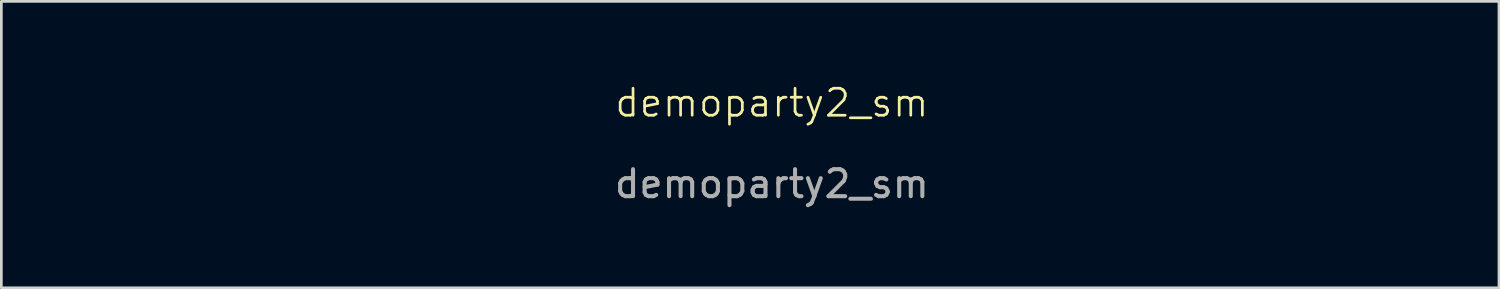
<source format=kicad_pcb>
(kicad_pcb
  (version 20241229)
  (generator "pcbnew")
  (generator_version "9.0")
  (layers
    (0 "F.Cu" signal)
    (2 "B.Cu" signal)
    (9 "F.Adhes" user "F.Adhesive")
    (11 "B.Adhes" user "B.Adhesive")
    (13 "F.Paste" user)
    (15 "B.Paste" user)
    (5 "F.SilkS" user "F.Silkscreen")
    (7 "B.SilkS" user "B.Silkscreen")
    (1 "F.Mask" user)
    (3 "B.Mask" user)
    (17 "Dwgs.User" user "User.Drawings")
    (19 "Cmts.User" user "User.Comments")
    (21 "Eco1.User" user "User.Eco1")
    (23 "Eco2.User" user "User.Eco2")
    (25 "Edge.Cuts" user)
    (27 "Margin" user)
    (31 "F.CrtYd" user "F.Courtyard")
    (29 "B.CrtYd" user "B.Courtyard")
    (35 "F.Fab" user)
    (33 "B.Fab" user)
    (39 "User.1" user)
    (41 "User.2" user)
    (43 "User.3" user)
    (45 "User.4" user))
  (footprint "demoparty2_sm"
    (layer "F.Cu")
    (at 25.536 1.26)
    (property "Reference" "demoparty2_sm" (at 0 -0.5 0) (unlocked yes) (layer "F.SilkS") (effects (font (size 1 1) (thickness 0.1))))
    (attr smd)
    (fp_poly (pts (xy -23.466 0.664) (xy -23.466 1.47) (xy -23.811 1.47) (xy -24.156 1.47) (xy -24.156 0.664) (xy -24.156 -0.141) (xy -23.811 -0.141) (xy -23.466 -0.141)) (stroke (width 0) (type solid)) (fill yes) (layer "F.Mask"))
    (fp_poly (pts (xy -5.061 0.664) (xy -5.061 1.47) (xy -5.406 1.47) (xy -5.751 1.47) (xy -5.751 0.664) (xy -5.751 -0.141) (xy -5.406 -0.141) (xy -5.061 -0.141)) (stroke (width 0) (type solid)) (fill yes) (layer "F.Mask"))
    (fp_poly (pts (xy 0.46 0.089) (xy 0.46 0.32) (xy 0.116 0.32) (xy -0.229 0.32) (xy -0.229 0.089) (xy -0.229 -0.141) (xy 0.116 -0.141) (xy 0.46 -0.141)) (stroke (width 0) (type solid)) (fill yes) (layer "F.Mask"))
    (fp_poly (pts (xy 5.982 0.089) (xy 5.982 0.32) (xy 5.637 0.32) (xy 5.292 0.32) (xy 5.292 0.089) (xy 5.292 -0.141) (xy 5.637 -0.141) (xy 5.982 -0.141)) (stroke (width 0) (type solid)) (fill yes) (layer "F.Mask"))
    (fp_poly (pts (xy 11.504 0.089) (xy 11.504 0.32) (xy 11.158 0.32) (xy 10.813 0.32) (xy 10.813 0.089) (xy 10.813 -0.141) (xy 11.158 -0.141) (xy 11.504 -0.141)) (stroke (width 0) (type solid)) (fill yes) (layer "F.Mask"))
    (fp_poly (pts (xy 23.697 -0.946) (xy 23.697 -0.831) (xy 23.122 -0.831) (xy 22.547 -0.831) (xy 22.547 -0.256) (xy 22.547 0.32) (xy 22.201 0.32) (xy 21.856 0.32) (xy 21.856 -0.256) (xy 21.856 -0.831) (xy 21.971 -0.831) (xy 22.086 -0.831) (xy 22.086 -0.371) (xy 22.086 0.089) (xy 22.201 0.089) (xy 22.316 0.089) (xy 22.316 -0.371) (xy 22.316 -0.831) (xy 22.431 -0.831) (xy 22.547 -0.831) (xy 22.547 -0.946) (xy 22.547 -1.061) (xy 23.122 -1.061) (xy 23.697 -1.061)) (stroke (width 0) (type solid)) (fill yes) (layer "F.Mask"))
    (fp_poly (pts (xy -22.315 -0.946) (xy -22.315 -0.831) (xy -22.2 -0.831) (xy -22.085 -0.831) (xy -22.085 0.664) (xy -22.085 2.16) (xy -22.2 2.16) (xy -22.315 2.16) (xy -22.315 2.39) (xy -22.315 2.62) (xy -22.431 2.62) (xy -22.546 2.62) (xy -22.546 2.735) (xy -22.546 2.85) (xy -23.926 2.85) (xy -25.306 2.85) (xy -25.306 2.62) (xy -25.306 2.39) (xy -25.421 2.39) (xy -25.536 2.39) (xy -25.536 0.664) (xy -25.536 -0.831) (xy -25.306 -0.831) (xy -25.306 0.664) (xy -25.306 2.16) (xy -23.926 2.16) (xy -22.546 2.16) (xy -22.546 2.044) (xy -22.546 1.929) (xy -22.431 1.929) (xy -22.315 1.929) (xy -22.315 0.664) (xy -22.315 -0.601) (xy -22.431 -0.601) (xy -22.546 -0.601) (xy -22.546 -0.716) (xy -22.546 -0.831) (xy -23.926 -0.831) (xy -25.306 -0.831) (xy -25.536 -0.831) (xy -25.536 -1.061) (xy -23.926 -1.061) (xy -22.315 -1.061)) (stroke (width 0) (type solid)) (fill yes) (layer "F.Mask"))
    (fp_poly (pts (xy -3.91 -1.023) (xy -3.91 -0.907) (xy -3.795 -0.907) (xy -3.68 -0.907) (xy -3.68 0.626) (xy -3.68 2.16) (xy -3.795 2.16) (xy -3.91 2.16) (xy -3.91 2.275) (xy -3.91 2.39) (xy -4.025 2.39) (xy -4.141 2.39) (xy -4.141 2.62) (xy -4.141 2.85) (xy -5.406 2.85) (xy -6.671 2.85) (xy -6.671 2.62) (xy -6.671 2.39) (xy -6.786 2.39) (xy -6.902 2.39) (xy -6.902 2.275) (xy -6.902 2.16) (xy -7.017 2.16) (xy -7.132 2.16) (xy -7.132 1.929) (xy -6.902 1.929) (xy -6.786 1.929) (xy -6.671 1.929) (xy -6.671 2.044) (xy -6.671 2.16) (xy -5.406 2.16) (xy -4.141 2.16) (xy -4.141 2.044) (xy -4.141 1.929) (xy -4.025 1.929) (xy -3.91 1.929) (xy -3.91 0.626) (xy -3.91 -0.678) (xy -4.025 -0.678) (xy -4.141 -0.678) (xy -4.141 -0.793) (xy -4.141 -0.907) (xy -5.406 -0.907) (xy -6.671 -0.907) (xy -6.671 -0.793) (xy -6.671 -0.678) (xy -6.786 -0.678) (xy -6.902 -0.678) (xy -6.902 0.626) (xy -6.902 1.929) (xy -7.132 1.929) (xy -7.132 0.626) (xy -7.132 -0.907) (xy -7.017 -0.907) (xy -6.902 -0.907) (xy -6.902 -1.023) (xy -6.902 -1.138) (xy -5.406 -1.138) (xy -3.91 -1.138)) (stroke (width 0) (type solid)) (fill yes) (layer "F.Mask"))
    (fp_poly (pts (xy -9.662 -0.946) (xy -9.662 -0.831) (xy -11.963 -0.831) (xy -14.264 -0.831) (xy -14.264 0.664) (xy -14.264 2.16) (xy -13.688 2.16) (xy -13.113 2.16) (xy -13.113 1.009) (xy -13.113 -0.141) (xy -12.768 -0.141) (xy -12.423 -0.141) (xy -12.423 1.009) (xy -12.423 2.16) (xy -11.848 2.16) (xy -11.272 2.16) (xy -11.272 1.009) (xy -11.272 -0.141) (xy -10.928 -0.141) (xy -10.583 -0.141) (xy -10.583 1.009) (xy -10.583 2.16) (xy -10.007 2.16) (xy -9.432 2.16) (xy -9.432 0.779) (xy -9.432 -0.601) (xy -9.547 -0.601) (xy -9.662 -0.601) (xy -9.662 -0.716) (xy -9.662 -0.831) (xy -9.432 -0.831) (xy -9.202 -0.831) (xy -9.202 0.78) (xy -9.202 2.39) (xy -9.317 2.39) (xy -9.432 2.39) (xy -9.432 2.62) (xy -9.432 2.85) (xy -10.928 2.85) (xy -12.423 2.85) (xy -12.423 2.62) (xy -12.423 2.39) (xy -12.768 2.39) (xy -13.113 2.39) (xy -13.113 2.62) (xy -13.113 2.85) (xy -13.688 2.85) (xy -14.264 2.85) (xy -14.264 2.62) (xy -14.264 2.39) (xy -14.378 2.39) (xy -14.493 2.39) (xy -14.493 0.78) (xy -14.493 -0.831) (xy -14.378 -0.831) (xy -14.264 -0.831) (xy -14.264 -0.946) (xy -14.264 -1.061) (xy -11.963 -1.061) (xy -9.662 -1.061)) (stroke (width 0) (type solid)) (fill yes) (layer "F.Mask"))
    (fp_poly (pts (xy 1.611 -1.023) (xy 1.611 -0.907) (xy 1.726 -0.907) (xy 1.841 -0.907) (xy 1.841 -0.064) (xy 1.841 0.779) (xy 1.726 0.779) (xy 1.611 0.779) (xy 1.611 1.009) (xy 1.611 1.24) (xy 1.496 1.24) (xy 1.38 1.24) (xy 1.38 1.47) (xy 1.38 1.7) (xy 0.69 1.7) (xy 0 1.7) (xy 0 2.045) (xy 0 2.39) (xy -0.115 2.39) (xy -0.229 2.39) (xy -0.229 2.62) (xy -0.229 2.85) (xy -0.804 2.85) (xy -1.38 2.85) (xy -1.38 2.62) (xy -1.38 2.39) (xy -1.495 2.39) (xy -1.61 2.39) (xy -1.61 2.16) (xy -1.38 2.16) (xy -0.804 2.16) (xy -0.229 2.16) (xy -0.229 1.584) (xy -0.229 1.009) (xy 0.576 1.009) (xy 1.38 1.009) (xy 1.38 0.779) (xy 1.38 0.549) (xy 1.496 0.549) (xy 1.611 0.549) (xy 1.611 -0.065) (xy 1.611 -0.678) (xy 1.496 -0.678) (xy 1.38 -0.678) (xy 1.38 -0.793) (xy 1.38 -0.907) (xy 0.115 -0.907) (xy -1.15 -0.907) (xy -1.15 -0.793) (xy -1.15 -0.678) (xy -1.265 -0.678) (xy -1.38 -0.678) (xy -1.38 0.741) (xy -1.38 2.16) (xy -1.61 2.16) (xy -1.61 0.741) (xy -1.61 -0.907) (xy -1.495 -0.907) (xy -1.38 -0.907) (xy -1.38 -1.023) (xy -1.38 -1.138) (xy 0.116 -1.138) (xy 1.611 -1.138)) (stroke (width 0) (type solid)) (fill yes) (layer "F.Mask"))
    (fp_poly (pts (xy 7.132 -0.984) (xy 7.132 -0.831) (xy 7.247 -0.831) (xy 7.362 -0.831) (xy 7.362 0.78) (xy 7.362 2.39) (xy 7.247 2.39) (xy 7.132 2.39) (xy 7.132 2.62) (xy 7.132 2.85) (xy 6.557 2.85) (xy 5.982 2.85) (xy 5.982 2.62) (xy 5.982 2.39) (xy 5.867 2.39) (xy 5.752 2.39) (xy 5.752 2.045) (xy 5.752 1.7) (xy 5.637 1.7) (xy 5.522 1.7) (xy 5.522 2.045) (xy 5.522 2.39) (xy 5.407 2.39) (xy 5.292 2.39) (xy 5.292 2.62) (xy 5.292 2.85) (xy 4.717 2.85) (xy 4.141 2.85) (xy 4.141 2.62) (xy 4.141 2.39) (xy 4.026 2.39) (xy 3.911 2.39) (xy 3.911 2.16) (xy 4.141 2.16) (xy 4.717 2.16) (xy 5.292 2.16) (xy 5.292 1.584) (xy 5.292 1.009) (xy 5.637 1.009) (xy 5.982 1.009) (xy 5.982 1.584) (xy 5.982 2.16) (xy 6.557 2.16) (xy 7.132 2.16) (xy 7.132 0.741) (xy 7.132 -0.678) (xy 7.017 -0.678) (xy 6.902 -0.678) (xy 6.902 -0.793) (xy 6.902 -0.907) (xy 5.637 -0.907) (xy 4.372 -0.907) (xy 4.372 -0.793) (xy 4.372 -0.678) (xy 4.257 -0.678) (xy 4.141 -0.678) (xy 4.141 0.741) (xy 4.141 2.16) (xy 3.911 2.16) (xy 3.911 0.78) (xy 3.911 -0.831) (xy 4.026 -0.831) (xy 4.141 -0.831) (xy 4.141 -0.984) (xy 4.141 -1.138) (xy 5.637 -1.138) (xy 7.132 -1.138)) (stroke (width 0) (type solid)) (fill yes) (layer "F.Mask"))
    (fp_poly (pts (xy 18.175 -0.946) (xy 18.175 -0.831) (xy 18.29 -0.831) (xy 18.405 -0.831) (xy 18.405 -0.371) (xy 18.405 0.089) (xy 18.29 0.089) (xy 18.175 0.089) (xy 18.175 0.319) (xy 18.175 0.549) (xy 17.83 0.549) (xy 17.485 0.549) (xy 17.485 1.469) (xy 17.485 2.39) (xy 17.37 2.39) (xy 17.255 2.39) (xy 17.255 2.62) (xy 17.255 2.85) (xy 16.68 2.85) (xy 16.105 2.85) (xy 16.105 2.62) (xy 16.105 2.39) (xy 15.989 2.39) (xy 15.874 2.39) (xy 15.874 1.469) (xy 15.874 0.549) (xy 15.529 0.549) (xy 15.185 0.549) (xy 15.185 0.319) (xy 15.185 0.089) (xy 15.069 0.089) (xy 14.954 0.089) (xy 14.954 -0.141) (xy 15.185 -0.141) (xy 15.645 -0.141) (xy 16.105 -0.141) (xy 16.105 1.009) (xy 16.105 2.16) (xy 16.68 2.16) (xy 17.255 2.16) (xy 17.255 1.009) (xy 17.255 -0.141) (xy 17.715 -0.141) (xy 18.175 -0.141) (xy 18.175 -0.371) (xy 18.175 -0.601) (xy 18.06 -0.601) (xy 17.945 -0.601) (xy 17.945 -0.716) (xy 17.945 -0.831) (xy 16.68 -0.831) (xy 15.415 -0.831) (xy 15.415 -0.716) (xy 15.415 -0.601) (xy 15.3 -0.601) (xy 15.185 -0.601) (xy 15.185 -0.371) (xy 15.185 -0.141) (xy 14.954 -0.141) (xy 14.954 -0.371) (xy 14.954 -0.831) (xy 15.069 -0.831) (xy 15.185 -0.831) (xy 15.185 -0.946) (xy 15.185 -1.061) (xy 16.68 -1.061) (xy 18.175 -1.061)) (stroke (width 0) (type solid)) (fill yes) (layer "F.Mask"))
    (fp_poly (pts (xy -16.564 -0.486) (xy -16.564 0.089) (xy -17.024 0.089) (xy -17.484 0.089) (xy -17.484 0.664) (xy -17.484 1.24) (xy -17.024 1.24) (xy -16.564 1.24) (xy -16.564 1.815) (xy -16.564 2.39) (xy -16.679 2.39) (xy -16.794 2.39) (xy -16.794 2.62) (xy -16.794 2.85) (xy -18.059 2.85) (xy -19.324 2.85) (xy -19.324 2.735) (xy -19.324 2.62) (xy -19.439 2.62) (xy -19.554 2.62) (xy -19.554 2.505) (xy -19.554 2.39) (xy -19.67 2.39) (xy -19.785 2.39) (xy -19.785 2.275) (xy -19.785 2.16) (xy -19.9 2.16) (xy -20.015 2.16) (xy -20.015 1.929) (xy -19.785 1.929) (xy -19.67 1.929) (xy -19.554 1.929) (xy -19.554 2.044) (xy -19.554 2.16) (xy -18.174 2.16) (xy -16.794 2.16) (xy -16.794 1.815) (xy -16.794 1.47) (xy -17.714 1.47) (xy -18.634 1.47) (xy -18.634 1.24) (xy -18.634 1.009) (xy -18.174 1.009) (xy -17.714 1.009) (xy -17.714 0.664) (xy -17.714 0.32) (xy -18.174 0.32) (xy -18.634 0.32) (xy -18.634 0.089) (xy -18.634 -0.141) (xy -17.714 -0.141) (xy -16.794 -0.141) (xy -16.794 -0.486) (xy -16.794 -0.831) (xy -18.174 -0.831) (xy -19.554 -0.831) (xy -19.554 -0.716) (xy -19.554 -0.601) (xy -19.67 -0.601) (xy -19.785 -0.601) (xy -19.785 0.664) (xy -19.785 1.929) (xy -20.015 1.929) (xy -20.015 0.664) (xy -20.015 -0.831) (xy -19.9 -0.831) (xy -19.785 -0.831) (xy -19.785 -0.946) (xy -19.785 -1.061) (xy -18.174 -1.061) (xy -16.564 -1.061)) (stroke (width 0) (type solid)) (fill yes) (layer "F.Mask"))
    (fp_poly (pts (xy 21.856 -0.946) (xy 21.856 -0.831) (xy 21.281 -0.831) (xy 20.706 -0.831) (xy 20.706 -0.141) (xy 20.706 0.549) (xy 20.821 0.549) (xy 20.936 0.549) (xy 20.936 0.779) (xy 20.936 1.009) (xy 21.281 1.009) (xy 21.626 1.009) (xy 21.626 1.584) (xy 21.626 2.16) (xy 22.201 2.16) (xy 22.776 2.16) (xy 22.776 1.584) (xy 22.776 1.009) (xy 23.121 1.009) (xy 23.467 1.009) (xy 23.467 0.779) (xy 23.467 0.549) (xy 23.582 0.549) (xy 23.697 0.549) (xy 23.697 -0.141) (xy 23.697 -0.831) (xy 23.812 -0.831) (xy 23.926 -0.831) (xy 23.926 -0.026) (xy 23.926 0.779) (xy 23.812 0.779) (xy 23.697 0.779) (xy 23.697 1.009) (xy 23.697 1.24) (xy 23.582 1.24) (xy 23.467 1.24) (xy 23.467 1.47) (xy 23.467 1.7) (xy 23.236 1.7) (xy 23.006 1.7) (xy 23.006 2.045) (xy 23.006 2.39) (xy 22.891 2.39) (xy 22.776 2.39) (xy 22.776 2.62) (xy 22.776 2.85) (xy 22.201 2.85) (xy 21.626 2.85) (xy 21.626 2.62) (xy 21.626 2.39) (xy 21.511 2.39) (xy 21.396 2.39) (xy 21.396 2.045) (xy 21.396 1.7) (xy 21.166 1.7) (xy 20.936 1.7) (xy 20.936 1.47) (xy 20.936 1.24) (xy 20.821 1.24) (xy 20.706 1.24) (xy 20.706 1.009) (xy 20.706 0.779) (xy 20.591 0.779) (xy 20.475 0.779) (xy 20.475 -0.026) (xy 20.475 -0.831) (xy 20.591 -0.831) (xy 20.706 -0.831) (xy 20.706 -0.946) (xy 20.706 -1.061) (xy 21.281 -1.061) (xy 21.856 -1.061)) (stroke (width 0) (type solid)) (fill yes) (layer "F.Mask"))
    (fp_poly (pts (xy 12.654 -0.984) (xy 12.654 -0.831) (xy 12.769 -0.831) (xy 12.884 -0.831) (xy 12.884 -0.141) (xy 12.884 0.549) (xy 12.769 0.549) (xy 12.654 0.549) (xy 12.654 0.664) (xy 12.654 0.779) (xy 12.769 0.779) (xy 12.884 0.779) (xy 12.884 1.584) (xy 12.884 2.39) (xy 12.769 2.39) (xy 12.654 2.39) (xy 12.654 2.62) (xy 12.654 2.85) (xy 12.079 2.85) (xy 11.504 2.85) (xy 11.504 2.62) (xy 11.504 2.39) (xy 11.388 2.39) (xy 11.273 2.39) (xy 11.273 2.045) (xy 11.273 1.7) (xy 11.158 1.7) (xy 11.043 1.7) (xy 11.043 2.045) (xy 11.043 2.39) (xy 10.928 2.39) (xy 10.813 2.39) (xy 10.813 2.62) (xy 10.813 2.85) (xy 10.238 2.85) (xy 9.663 2.85) (xy 9.663 2.62) (xy 9.663 2.39) (xy 9.548 2.39) (xy 9.433 2.39) (xy 9.433 2.16) (xy 9.663 2.16) (xy 10.238 2.16) (xy 10.813 2.16) (xy 10.813 1.584) (xy 10.813 1.009) (xy 11.158 1.009) (xy 11.504 1.009) (xy 11.504 1.584) (xy 11.504 2.16) (xy 12.079 2.16) (xy 12.654 2.16) (xy 12.654 1.584) (xy 12.654 1.009) (xy 12.539 1.009) (xy 12.424 1.009) (xy 12.424 0.664) (xy 12.424 0.32) (xy 12.539 0.32) (xy 12.654 0.32) (xy 12.654 -0.179) (xy 12.654 -0.678) (xy 12.539 -0.678) (xy 12.424 -0.678) (xy 12.424 -0.793) (xy 12.424 -0.907) (xy 11.158 -0.907) (xy 9.893 -0.907) (xy 9.893 -0.793) (xy 9.893 -0.678) (xy 9.778 -0.678) (xy 9.663 -0.678) (xy 9.663 0.741) (xy 9.663 2.16) (xy 9.433 2.16) (xy 9.433 0.78) (xy 9.433 -0.831) (xy 9.548 -0.831) (xy 9.663 -0.831) (xy 9.663 -0.984) (xy 9.663 -1.138) (xy 11.158 -1.138) (xy 12.654 -1.138)) (stroke (width 0) (type solid)) (fill yes) (layer "F.Mask"))
    (fp_text user "${REFERENCE}" (at 0 2.5 0) (unlocked yes) (layer "F.Fab") (effects (font (size 1 1) (thickness 0.15)))))
  (gr_rect
    (start -3 -3)
    (end 52.462 7.609)
    (stroke (width 0.1) (type default))
    (fill no)
    (layer "Edge.Cuts")))
</source>
